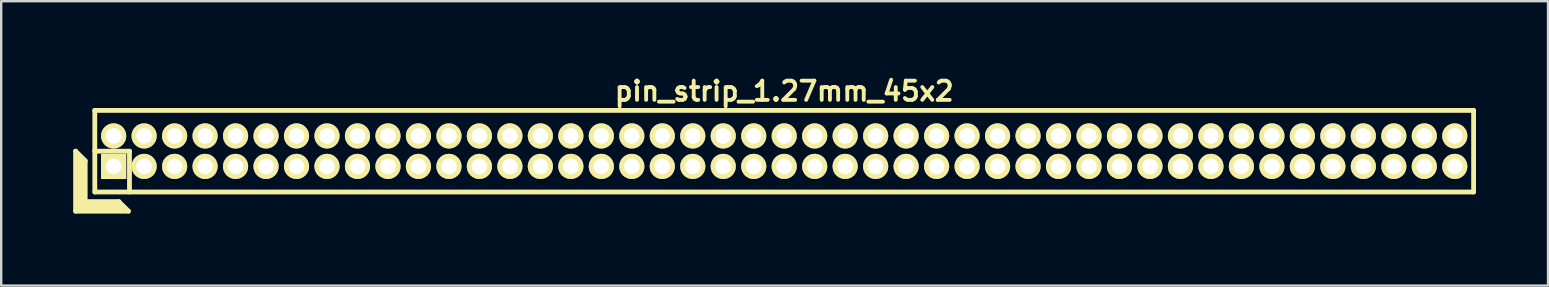
<source format=kicad_pcb>
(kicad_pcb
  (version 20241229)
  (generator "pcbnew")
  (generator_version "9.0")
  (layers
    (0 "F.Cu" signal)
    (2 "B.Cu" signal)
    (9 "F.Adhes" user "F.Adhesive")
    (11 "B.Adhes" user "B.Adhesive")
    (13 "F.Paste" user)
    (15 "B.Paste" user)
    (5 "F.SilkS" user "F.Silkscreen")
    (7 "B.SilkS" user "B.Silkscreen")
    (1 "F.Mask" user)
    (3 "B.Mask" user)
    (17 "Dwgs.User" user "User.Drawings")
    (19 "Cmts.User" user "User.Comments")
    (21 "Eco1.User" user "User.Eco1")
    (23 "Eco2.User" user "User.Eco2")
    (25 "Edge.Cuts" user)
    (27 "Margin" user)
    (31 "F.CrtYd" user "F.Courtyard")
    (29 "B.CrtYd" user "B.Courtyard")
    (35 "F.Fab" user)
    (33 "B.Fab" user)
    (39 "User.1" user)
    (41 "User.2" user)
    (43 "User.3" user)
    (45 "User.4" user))
  (footprint "pin_strip_1.27mm_45x2"
    (layer "F.Cu")
    (at 29.625 3.249)
    (property "Reference" "pin_strip_1.27mm_45x2" (at 0 -2.5 0) (layer "F.SilkS") (effects (font (size 0.8 0.8) (thickness 0.16))))
    (attr through_hole)
    (fp_line (start -29.525 0) (end -29.525 2.5) (stroke (width 0.2) (type solid)) (layer "F.SilkS"))
    (fp_line (start -29.525 0) (end -29.125 0.4) (stroke (width 0.2) (type solid)) (layer "F.SilkS"))
    (fp_line (start -29.525 2.5) (end -27.325 2.5) (stroke (width 0.2) (type solid)) (layer "F.SilkS"))
    (fp_line (start -29.425 2.4) (end -29.425 0.2) (stroke (width 0.2) (type solid)) (layer "F.SilkS"))
    (fp_line (start -29.425 2.4) (end -27.525 2.4) (stroke (width 0.2) (type solid)) (layer "F.SilkS"))
    (fp_line (start -29.325 2.3) (end -29.325 0.3) (stroke (width 0.2) (type solid)) (layer "F.SilkS"))
    (fp_line (start -29.325 2.3) (end -27.625 2.3) (stroke (width 0.2) (type solid)) (layer "F.SilkS"))
    (fp_line (start -29.225 2.2) (end -29.225 0.4) (stroke (width 0.2) (type solid)) (layer "F.SilkS"))
    (fp_line (start -29.225 2.2) (end -27.725 2.2) (stroke (width 0.2) (type solid)) (layer "F.SilkS"))
    (fp_line (start -29.125 2.1) (end -29.125 0.4) (stroke (width 0.2) (type solid)) (layer "F.SilkS"))
    (fp_line (start -29.125 2.1) (end -27.725 2.1) (stroke (width 0.2) (type solid)) (layer "F.SilkS"))
    (fp_line (start -28.73 0) (end -27.28 0) (stroke (width 0.2) (type solid)) (layer "F.SilkS"))
    (fp_line (start -28.725 -1.7) (end 28.725 -1.7) (stroke (width 0.2) (type solid)) (layer "F.SilkS"))
    (fp_line (start -28.725 1.7) (end -28.725 -1.7) (stroke (width 0.2) (type solid)) (layer "F.SilkS"))
    (fp_line (start -27.725 2.1) (end -27.325 2.5) (stroke (width 0.2) (type solid)) (layer "F.SilkS"))
    (fp_line (start -27.28 0) (end -27.28 1.7) (stroke (width 0.2) (type solid)) (layer "F.SilkS"))
    (fp_line (start 28.725 -1.7) (end 28.725 1.7) (stroke (width 0.2) (type solid)) (layer "F.SilkS"))
    (fp_line (start 28.725 1.7) (end -28.725 1.7) (stroke (width 0.2) (type solid)) (layer "F.SilkS"))
    (pad "1" thru_hole rect (at -27.94 0.635) (size 1.05 1.05) (drill 0.65) (layers "*.Cu" "*.Mask" "F.SilkS"))
    (pad "2" thru_hole oval (at -27.94 -0.635) (size 1.05 1.05) (drill 0.65) (layers "*.Cu" "*.Mask" "F.SilkS"))
    (pad "3" thru_hole oval (at -26.67 0.635) (size 1.05 1.05) (drill 0.65) (layers "*.Cu" "*.Mask" "F.SilkS"))
    (pad "4" thru_hole oval (at -26.67 -0.635) (size 1.05 1.05) (drill 0.65) (layers "*.Cu" "*.Mask" "F.SilkS"))
    (pad "5" thru_hole oval (at -25.4 0.635) (size 1.05 1.05) (drill 0.65) (layers "*.Cu" "*.Mask" "F.SilkS"))
    (pad "6" thru_hole oval (at -25.4 -0.635) (size 1.05 1.05) (drill 0.65) (layers "*.Cu" "*.Mask" "F.SilkS"))
    (pad "7" thru_hole oval (at -24.13 0.635) (size 1.05 1.05) (drill 0.65) (layers "*.Cu" "*.Mask" "F.SilkS"))
    (pad "8" thru_hole oval (at -24.13 -0.635) (size 1.05 1.05) (drill 0.65) (layers "*.Cu" "*.Mask" "F.SilkS"))
    (pad "9" thru_hole oval (at -22.86 0.635) (size 1.05 1.05) (drill 0.65) (layers "*.Cu" "*.Mask" "F.SilkS"))
    (pad "10" thru_hole oval (at -22.86 -0.635) (size 1.05 1.05) (drill 0.65) (layers "*.Cu" "*.Mask" "F.SilkS"))
    (pad "11" thru_hole oval (at -21.59 0.635) (size 1.05 1.05) (drill 0.65) (layers "*.Cu" "*.Mask" "F.SilkS"))
    (pad "12" thru_hole oval (at -21.59 -0.635) (size 1.05 1.05) (drill 0.65) (layers "*.Cu" "*.Mask" "F.SilkS"))
    (pad "13" thru_hole oval (at -20.32 0.635) (size 1.05 1.05) (drill 0.65) (layers "*.Cu" "*.Mask" "F.SilkS"))
    (pad "14" thru_hole oval (at -20.32 -0.635) (size 1.05 1.05) (drill 0.65) (layers "*.Cu" "*.Mask" "F.SilkS"))
    (pad "15" thru_hole oval (at -19.05 0.635) (size 1.05 1.05) (drill 0.65) (layers "*.Cu" "*.Mask" "F.SilkS"))
    (pad "16" thru_hole oval (at -19.05 -0.635) (size 1.05 1.05) (drill 0.65) (layers "*.Cu" "*.Mask" "F.SilkS"))
    (pad "17" thru_hole oval (at -17.78 0.635) (size 1.05 1.05) (drill 0.65) (layers "*.Cu" "*.Mask" "F.SilkS"))
    (pad "18" thru_hole oval (at -17.78 -0.635) (size 1.05 1.05) (drill 0.65) (layers "*.Cu" "*.Mask" "F.SilkS"))
    (pad "19" thru_hole oval (at -16.51 0.635) (size 1.05 1.05) (drill 0.65) (layers "*.Cu" "*.Mask" "F.SilkS"))
    (pad "20" thru_hole oval (at -16.51 -0.635) (size 1.05 1.05) (drill 0.65) (layers "*.Cu" "*.Mask" "F.SilkS"))
    (pad "21" thru_hole oval (at -15.24 0.635) (size 1.05 1.05) (drill 0.65) (layers "*.Cu" "*.Mask" "F.SilkS"))
    (pad "22" thru_hole oval (at -15.24 -0.635) (size 1.05 1.05) (drill 0.65) (layers "*.Cu" "*.Mask" "F.SilkS"))
    (pad "23" thru_hole oval (at -13.97 0.635) (size 1.05 1.05) (drill 0.65) (layers "*.Cu" "*.Mask" "F.SilkS"))
    (pad "24" thru_hole oval (at -13.97 -0.635) (size 1.05 1.05) (drill 0.65) (layers "*.Cu" "*.Mask" "F.SilkS"))
    (pad "25" thru_hole oval (at -12.7 0.635) (size 1.05 1.05) (drill 0.65) (layers "*.Cu" "*.Mask" "F.SilkS"))
    (pad "26" thru_hole oval (at -12.7 -0.635) (size 1.05 1.05) (drill 0.65) (layers "*.Cu" "*.Mask" "F.SilkS"))
    (pad "27" thru_hole oval (at -11.43 0.635) (size 1.05 1.05) (drill 0.65) (layers "*.Cu" "*.Mask" "F.SilkS"))
    (pad "28" thru_hole oval (at -11.43 -0.635) (size 1.05 1.05) (drill 0.65) (layers "*.Cu" "*.Mask" "F.SilkS"))
    (pad "29" thru_hole oval (at -10.16 0.635) (size 1.05 1.05) (drill 0.65) (layers "*.Cu" "*.Mask" "F.SilkS"))
    (pad "30" thru_hole oval (at -10.16 -0.635) (size 1.05 1.05) (drill 0.65) (layers "*.Cu" "*.Mask" "F.SilkS"))
    (pad "31" thru_hole oval (at -8.89 0.635) (size 1.05 1.05) (drill 0.65) (layers "*.Cu" "*.Mask" "F.SilkS"))
    (pad "32" thru_hole oval (at -8.89 -0.635) (size 1.05 1.05) (drill 0.65) (layers "*.Cu" "*.Mask" "F.SilkS"))
    (pad "33" thru_hole oval (at -7.62 0.635) (size 1.05 1.05) (drill 0.65) (layers "*.Cu" "*.Mask" "F.SilkS"))
    (pad "34" thru_hole oval (at -7.62 -0.635) (size 1.05 1.05) (drill 0.65) (layers "*.Cu" "*.Mask" "F.SilkS"))
    (pad "35" thru_hole oval (at -6.35 0.635) (size 1.05 1.05) (drill 0.65) (layers "*.Cu" "*.Mask" "F.SilkS"))
    (pad "36" thru_hole oval (at -6.35 -0.635) (size 1.05 1.05) (drill 0.65) (layers "*.Cu" "*.Mask" "F.SilkS"))
    (pad "37" thru_hole oval (at -5.08 0.635) (size 1.05 1.05) (drill 0.65) (layers "*.Cu" "*.Mask" "F.SilkS"))
    (pad "38" thru_hole oval (at -5.08 -0.635) (size 1.05 1.05) (drill 0.65) (layers "*.Cu" "*.Mask" "F.SilkS"))
    (pad "39" thru_hole oval (at -3.81 0.635) (size 1.05 1.05) (drill 0.65) (layers "*.Cu" "*.Mask" "F.SilkS"))
    (pad "40" thru_hole oval (at -3.81 -0.635) (size 1.05 1.05) (drill 0.65) (layers "*.Cu" "*.Mask" "F.SilkS"))
    (pad "41" thru_hole oval (at -2.54 0.635) (size 1.05 1.05) (drill 0.65) (layers "*.Cu" "*.Mask" "F.SilkS"))
    (pad "42" thru_hole oval (at -2.54 -0.635) (size 1.05 1.05) (drill 0.65) (layers "*.Cu" "*.Mask" "F.SilkS"))
    (pad "43" thru_hole oval (at -1.27 0.635) (size 1.05 1.05) (drill 0.65) (layers "*.Cu" "*.Mask" "F.SilkS"))
    (pad "44" thru_hole oval (at -1.27 -0.635) (size 1.05 1.05) (drill 0.65) (layers "*.Cu" "*.Mask" "F.SilkS"))
    (pad "45" thru_hole oval (at 0 0.635) (size 1.05 1.05) (drill 0.65) (layers "*.Cu" "*.Mask" "F.SilkS"))
    (pad "46" thru_hole oval (at 0 -0.635) (size 1.05 1.05) (drill 0.65) (layers "*.Cu" "*.Mask" "F.SilkS"))
    (pad "47" thru_hole oval (at 1.27 0.635) (size 1.05 1.05) (drill 0.65) (layers "*.Cu" "*.Mask" "F.SilkS"))
    (pad "48" thru_hole oval (at 1.27 -0.635) (size 1.05 1.05) (drill 0.65) (layers "*.Cu" "*.Mask" "F.SilkS"))
    (pad "49" thru_hole oval (at 2.54 0.635) (size 1.05 1.05) (drill 0.65) (layers "*.Cu" "*.Mask" "F.SilkS"))
    (pad "50" thru_hole oval (at 2.54 -0.635) (size 1.05 1.05) (drill 0.65) (layers "*.Cu" "*.Mask" "F.SilkS"))
    (pad "51" thru_hole circle (at 3.81 0.635) (size 1.05 1.05) (drill 0.65) (layers "*.Cu" "*.Mask" "F.SilkS"))
    (pad "52" thru_hole oval (at 3.81 -0.635) (size 1.05 1.05) (drill 0.65) (layers "*.Cu" "*.Mask" "F.SilkS"))
    (pad "53" thru_hole oval (at 5.08 0.635) (size 1.05 1.05) (drill 0.65) (layers "*.Cu" "*.Mask" "F.SilkS"))
    (pad "54" thru_hole oval (at 5.08 -0.635) (size 1.05 1.05) (drill 0.65) (layers "*.Cu" "*.Mask" "F.SilkS"))
    (pad "55" thru_hole oval (at 6.35 0.635) (size 1.05 1.05) (drill 0.65) (layers "*.Cu" "*.Mask" "F.SilkS"))
    (pad "56" thru_hole oval (at 6.35 -0.635) (size 1.05 1.05) (drill 0.65) (layers "*.Cu" "*.Mask" "F.SilkS"))
    (pad "57" thru_hole oval (at 7.62 0.635) (size 1.05 1.05) (drill 0.65) (layers "*.Cu" "*.Mask" "F.SilkS"))
    (pad "58" thru_hole oval (at 7.62 -0.635) (size 1.05 1.05) (drill 0.65) (layers "*.Cu" "*.Mask" "F.SilkS"))
    (pad "59" thru_hole oval (at 8.89 0.635) (size 1.05 1.05) (drill 0.65) (layers "*.Cu" "*.Mask" "F.SilkS"))
    (pad "60" thru_hole oval (at 8.89 -0.635) (size 1.05 1.05) (drill 0.65) (layers "*.Cu" "*.Mask" "F.SilkS"))
    (pad "61" thru_hole oval (at 10.16 0.635) (size 1.05 1.05) (drill 0.65) (layers "*.Cu" "*.Mask" "F.SilkS"))
    (pad "62" thru_hole oval (at 10.16 -0.635) (size 1.05 1.05) (drill 0.65) (layers "*.Cu" "*.Mask" "F.SilkS"))
    (pad "63" thru_hole oval (at 11.43 0.635) (size 1.05 1.05) (drill 0.65) (layers "*.Cu" "*.Mask" "F.SilkS"))
    (pad "64" thru_hole oval (at 11.43 -0.635) (size 1.05 1.05) (drill 0.65) (layers "*.Cu" "*.Mask" "F.SilkS"))
    (pad "65" thru_hole oval (at 12.7 0.635) (size 1.05 1.05) (drill 0.65) (layers "*.Cu" "*.Mask" "F.SilkS"))
    (pad "66" thru_hole oval (at 12.7 -0.635) (size 1.05 1.05) (drill 0.65) (layers "*.Cu" "*.Mask" "F.SilkS"))
    (pad "67" thru_hole oval (at 13.97 0.635) (size 1.05 1.05) (drill 0.65) (layers "*.Cu" "*.Mask" "F.SilkS"))
    (pad "68" thru_hole oval (at 13.97 -0.635) (size 1.05 1.05) (drill 0.65) (layers "*.Cu" "*.Mask" "F.SilkS"))
    (pad "69" thru_hole oval (at 15.24 0.635) (size 1.05 1.05) (drill 0.65) (layers "*.Cu" "*.Mask" "F.SilkS"))
    (pad "70" thru_hole oval (at 15.24 -0.635) (size 1.05 1.05) (drill 0.65) (layers "*.Cu" "*.Mask" "F.SilkS"))
    (pad "71" thru_hole oval (at 16.51 0.635) (size 1.05 1.05) (drill 0.65) (layers "*.Cu" "*.Mask" "F.SilkS"))
    (pad "72" thru_hole oval (at 16.51 -0.635) (size 1.05 1.05) (drill 0.65) (layers "*.Cu" "*.Mask" "F.SilkS"))
    (pad "73" thru_hole oval (at 17.78 0.635) (size 1.05 1.05) (drill 0.65) (layers "*.Cu" "*.Mask" "F.SilkS"))
    (pad "74" thru_hole oval (at 17.78 -0.635) (size 1.05 1.05) (drill 0.65) (layers "*.Cu" "*.Mask" "F.SilkS"))
    (pad "75" thru_hole oval (at 19.05 0.635) (size 1.05 1.05) (drill 0.65) (layers "*.Cu" "*.Mask" "F.SilkS"))
    (pad "76" thru_hole oval (at 19.05 -0.635) (size 1.05 1.05) (drill 0.65) (layers "*.Cu" "*.Mask" "F.SilkS"))
    (pad "77" thru_hole oval (at 20.32 0.635) (size 1.05 1.05) (drill 0.65) (layers "*.Cu" "*.Mask" "F.SilkS"))
    (pad "78" thru_hole oval (at 20.32 -0.635) (size 1.05 1.05) (drill 0.65) (layers "*.Cu" "*.Mask" "F.SilkS"))
    (pad "79" thru_hole oval (at 21.59 0.635) (size 1.05 1.05) (drill 0.65) (layers "*.Cu" "*.Mask" "F.SilkS"))
    (pad "80" thru_hole oval (at 21.59 -0.635) (size 1.05 1.05) (drill 0.65) (layers "*.Cu" "*.Mask" "F.SilkS"))
    (pad "81" thru_hole oval (at 22.86 0.635) (size 1.05 1.05) (drill 0.65) (layers "*.Cu" "*.Mask" "F.SilkS"))
    (pad "82" thru_hole oval (at 22.86 -0.635) (size 1.05 1.05) (drill 0.65) (layers "*.Cu" "*.Mask" "F.SilkS"))
    (pad "83" thru_hole oval (at 24.13 0.635) (size 1.05 1.05) (drill 0.65) (layers "*.Cu" "*.Mask" "F.SilkS"))
    (pad "84" thru_hole oval (at 24.13 -0.635) (size 1.05 1.05) (drill 0.65) (layers "*.Cu" "*.Mask" "F.SilkS"))
    (pad "85" thru_hole oval (at 25.4 0.635) (size 1.05 1.05) (drill 0.65) (layers "*.Cu" "*.Mask" "F.SilkS"))
    (pad "86" thru_hole oval (at 25.4 -0.635) (size 1.05 1.05) (drill 0.65) (layers "*.Cu" "*.Mask" "F.SilkS"))
    (pad "87" thru_hole oval (at 26.67 0.635) (size 1.05 1.05) (drill 0.65) (layers "*.Cu" "*.Mask" "F.SilkS"))
    (pad "88" thru_hole oval (at 26.67 -0.635) (size 1.05 1.05) (drill 0.65) (layers "*.Cu" "*.Mask" "F.SilkS"))
    (pad "89" thru_hole oval (at 27.94 0.635) (size 1.05 1.05) (drill 0.65) (layers "*.Cu" "*.Mask" "F.SilkS"))
    (pad "90" thru_hole oval (at 27.94 -0.635) (size 1.05 1.05) (drill 0.65) (layers "*.Cu" "*.Mask" "F.SilkS")))
  (gr_rect
    (start -3 -3)
    (end 61.45 8.849)
    (stroke (width 0.1) (type default))
    (fill no)
    (layer "Edge.Cuts")))
</source>
